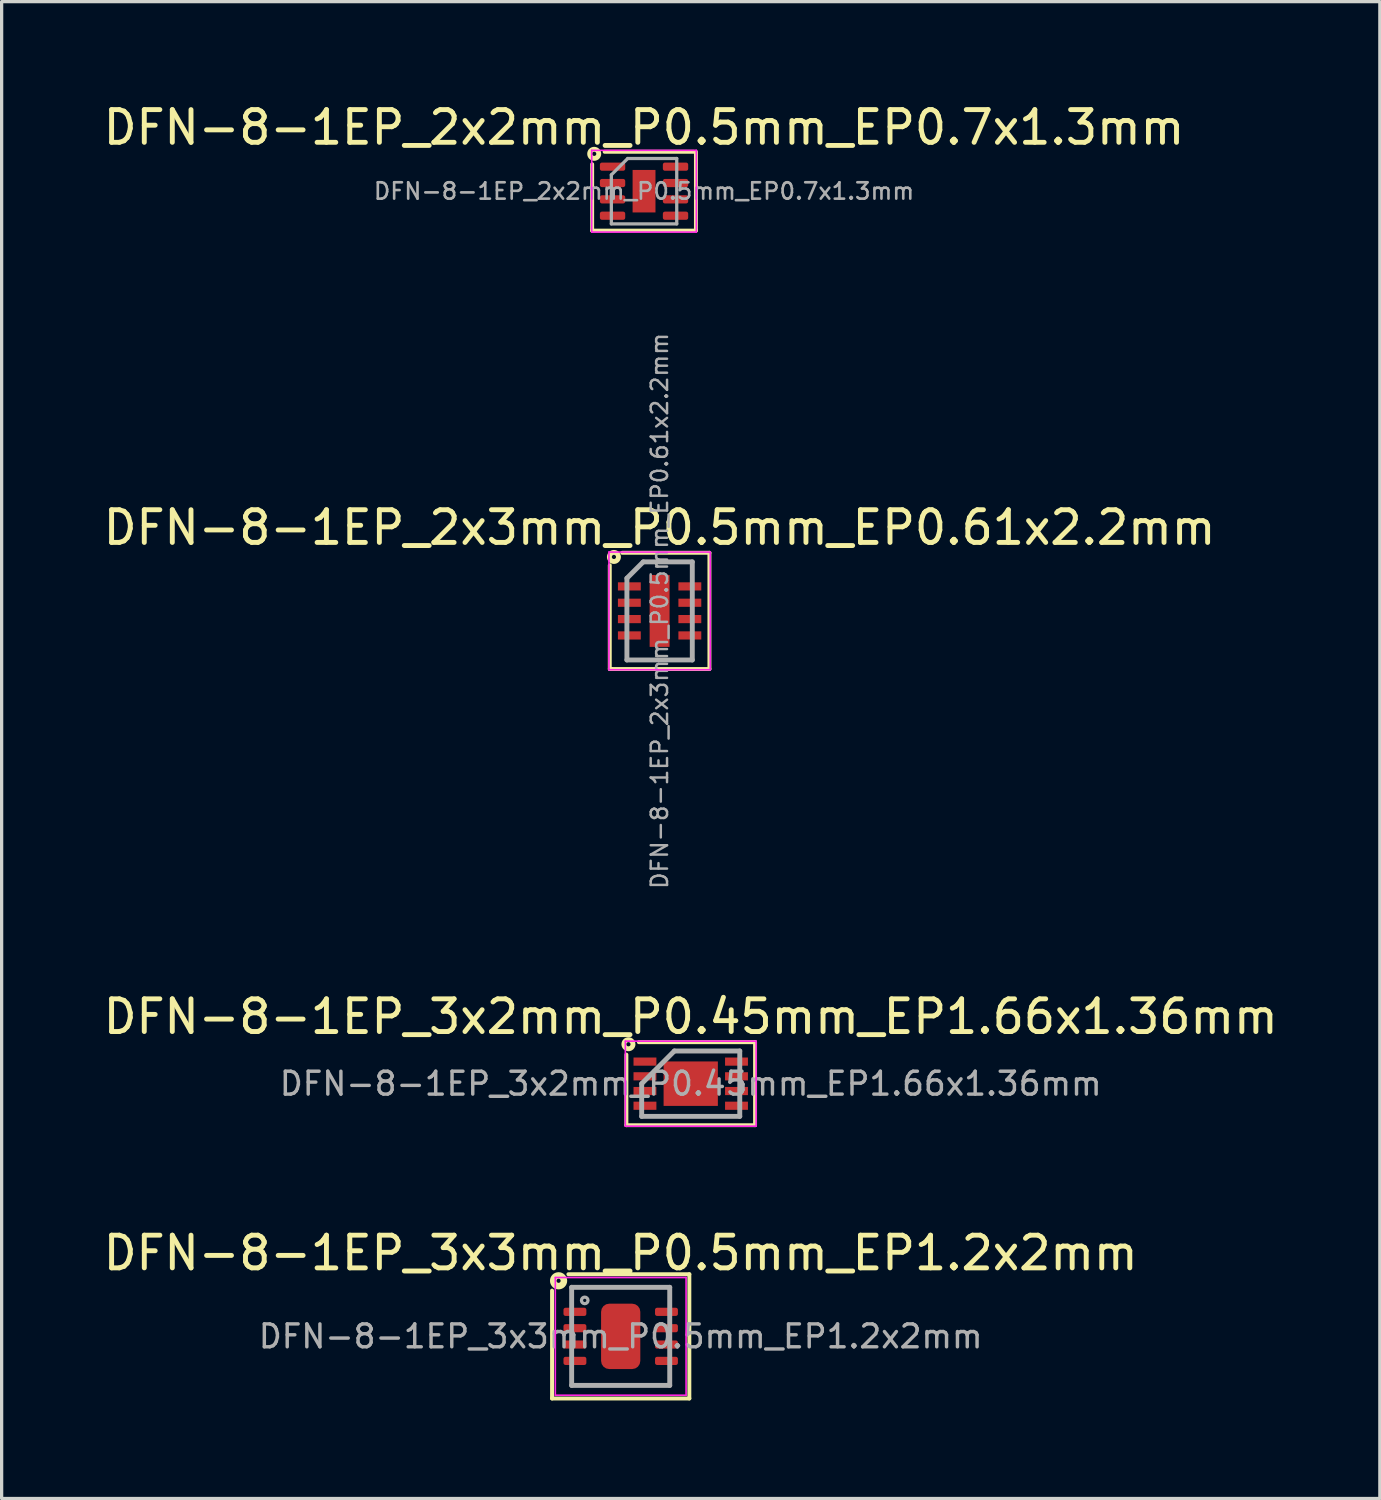
<source format=kicad_pcb>
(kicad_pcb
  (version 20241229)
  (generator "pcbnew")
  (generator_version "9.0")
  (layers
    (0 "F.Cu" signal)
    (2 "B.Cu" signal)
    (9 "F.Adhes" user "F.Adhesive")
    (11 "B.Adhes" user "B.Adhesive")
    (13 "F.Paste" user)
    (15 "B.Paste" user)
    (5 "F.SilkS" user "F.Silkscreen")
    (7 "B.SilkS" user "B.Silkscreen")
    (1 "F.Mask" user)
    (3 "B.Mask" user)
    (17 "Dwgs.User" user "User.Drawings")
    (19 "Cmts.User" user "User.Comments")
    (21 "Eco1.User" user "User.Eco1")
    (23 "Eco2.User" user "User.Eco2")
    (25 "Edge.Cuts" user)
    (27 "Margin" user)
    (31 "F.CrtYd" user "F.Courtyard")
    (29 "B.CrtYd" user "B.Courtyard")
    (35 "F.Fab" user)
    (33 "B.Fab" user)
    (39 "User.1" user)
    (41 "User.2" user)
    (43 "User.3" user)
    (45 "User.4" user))
  (footprint "DFN-8-1EP_3x3mm_P0.5mm_EP1.2x2mm"
    (layer "F.Cu")
    (at 15.935 37.825)
    (property "Reference" "DFN-8-1EP_3x3mm_P0.5mm_EP1.2x2mm" (at 0 -2.55 0) (layer "F.SilkS") (effects (font (size 1 1) (thickness 0.15))))
    (attr smd)
    (fp_line (start -2.1 1.9) (end -2.1 -1.4) (stroke (width 0.12) (type solid)) (layer "F.SilkS"))
    (fp_line (start -1.6 -1.9) (end 2.1 -1.9) (stroke (width 0.12) (type solid)) (layer "F.SilkS"))
    (fp_line (start 2.1 -1.9) (end 2.1 1.9) (stroke (width 0.12) (type solid)) (layer "F.SilkS"))
    (fp_line (start 2.1 1.9) (end -2.1 1.9) (stroke (width 0.12) (type solid)) (layer "F.SilkS"))
    (fp_circle (center -1.9 -1.7) (end -1.837 -1.7) (stroke (width 0.2) (type solid)) (fill no) (layer "F.SilkS"))
    (fp_line (start -2 -1.8) (end -2 1.8) (stroke (width 0.05) (type solid)) (layer "F.CrtYd"))
    (fp_line (start -2 -1.8) (end 2 -1.8) (stroke (width 0.05) (type solid)) (layer "F.CrtYd"))
    (fp_line (start -2 1.8) (end 2 1.8) (stroke (width 0.05) (type solid)) (layer "F.CrtYd"))
    (fp_line (start 2 -1.8) (end 2 1.8) (stroke (width 0.05) (type solid)) (layer "F.CrtYd"))
    (fp_line (start -1.5 -1.5) (end 1.5 -1.5) (stroke (width 0.15) (type solid)) (layer "F.Fab"))
    (fp_line (start -1.5 1.5) (end -1.5 -1.5) (stroke (width 0.15) (type solid)) (layer "F.Fab"))
    (fp_line (start 1.5 -1.5) (end 1.5 1.5) (stroke (width 0.15) (type solid)) (layer "F.Fab"))
    (fp_line (start 1.5 1.5) (end -1.5 1.5) (stroke (width 0.15) (type solid)) (layer "F.Fab"))
    (fp_circle (center -1.1 -1.1) (end -1 -1.1) (stroke (width 0.1) (type solid)) (fill no) (layer "F.Fab"))
    (fp_text user "${REFERENCE}" (at 0 0 0) (layer "F.Fab") (effects (font (size 0.7 0.7) (thickness 0.105))))
    (pad "" smd roundrect (at -0.35 -0.5) (size 0.45 0.8) (layers "F.Paste") (roundrect_rratio 0.25))
    (pad "" smd roundrect (at -0.35 0.5) (size 0.45 0.8) (layers "F.Paste") (roundrect_rratio 0.25))
    (pad "" smd roundrect (at 0.35 -0.5) (size 0.45 0.8) (layers "F.Paste") (roundrect_rratio 0.25))
    (pad "" smd roundrect (at 0.35 0.5) (size 0.45 0.8) (layers "F.Paste") (roundrect_rratio 0.25))
    (pad "1" smd roundrect (at -1.4 -0.75) (size 0.7 0.25) (layers "F.Cu" "F.Mask" "F.Paste") (roundrect_rratio 0.25))
    (pad "2" smd roundrect (at -1.4 -0.25) (size 0.7 0.25) (layers "F.Cu" "F.Mask" "F.Paste") (roundrect_rratio 0.25))
    (pad "3" smd roundrect (at -1.4 0.25) (size 0.7 0.25) (layers "F.Cu" "F.Mask" "F.Paste") (roundrect_rratio 0.25))
    (pad "4" smd roundrect (at -1.4 0.75) (size 0.7 0.25) (layers "F.Cu" "F.Mask" "F.Paste") (roundrect_rratio 0.25))
    (pad "5" smd roundrect (at 1.4 0.75) (size 0.7 0.25) (layers "F.Cu" "F.Mask" "F.Paste") (roundrect_rratio 0.25))
    (pad "6" smd roundrect (at 1.4 0.25) (size 0.7 0.25) (layers "F.Cu" "F.Mask" "F.Paste") (roundrect_rratio 0.25))
    (pad "7" smd roundrect (at 1.4 -0.25) (size 0.7 0.25) (layers "F.Cu" "F.Mask" "F.Paste") (roundrect_rratio 0.25))
    (pad "8" smd roundrect (at 1.4 -0.75) (size 0.7 0.25) (layers "F.Cu" "F.Mask" "F.Paste") (roundrect_rratio 0.25))
    (pad "9" smd roundrect (at 0 0) (size 1.2 2) (layers "F.Cu" "F.Mask") (roundrect_rratio 0.208)))
  (footprint "DFN-8-1EP_3x2mm_P0.45mm_EP1.66x1.36mm"
    (layer "F.Cu")
    (at 18.077 30.096)
    (property "Reference" "DFN-8-1EP_3x2mm_P0.45mm_EP1.66x1.36mm" (at 0 -2.05 0) (layer "F.SilkS") (effects (font (size 1 1) (thickness 0.15))))
    (attr smd)
    (fp_line (start -1.968 1.27) (end -1.968 -0.889) (stroke (width 0.12) (type solid)) (layer "F.SilkS"))
    (fp_line (start -1.587 -1.27) (end 1.968 -1.27) (stroke (width 0.12) (type solid)) (layer "F.SilkS"))
    (fp_line (start 1.968 -1.27) (end 1.968 1.27) (stroke (width 0.12) (type solid)) (layer "F.SilkS"))
    (fp_line (start 1.968 1.27) (end -1.968 1.27) (stroke (width 0.12) (type solid)) (layer "F.SilkS"))
    (fp_circle (center -1.905 -1.206) (end -1.841 -1.206) (stroke (width 0.15) (type solid)) (fill no) (layer "F.SilkS"))
    (fp_line (start -2 -1.3) (end -2 1.3) (stroke (width 0.05) (type solid)) (layer "F.CrtYd"))
    (fp_line (start -2 -1.3) (end 2 -1.3) (stroke (width 0.05) (type solid)) (layer "F.CrtYd"))
    (fp_line (start -2 1.3) (end 2 1.3) (stroke (width 0.05) (type solid)) (layer "F.CrtYd"))
    (fp_line (start 2 -1.3) (end 2 1.3) (stroke (width 0.05) (type solid)) (layer "F.CrtYd"))
    (fp_line (start -1.5 0) (end -0.5 -1) (stroke (width 0.15) (type solid)) (layer "F.Fab"))
    (fp_line (start -1.5 1) (end -1.5 0) (stroke (width 0.15) (type solid)) (layer "F.Fab"))
    (fp_line (start -0.5 -1) (end 1.5 -1) (stroke (width 0.15) (type solid)) (layer "F.Fab"))
    (fp_line (start 1.5 -1) (end 1.5 1) (stroke (width 0.15) (type solid)) (layer "F.Fab"))
    (fp_line (start 1.5 1) (end -1.5 1) (stroke (width 0.15) (type solid)) (layer "F.Fab"))
    (fp_text user "${REFERENCE}" (at 0 0 0) (layer "F.Fab") (effects (font (size 0.7 0.7) (thickness 0.105))))
    (pad "" smd rect (at -0.415 -0.34) (size 0.66 0.55) (layers "F.Paste"))
    (pad "" smd rect (at -0.415 0.34) (size 0.66 0.55) (layers "F.Paste"))
    (pad "" smd rect (at 0.415 -0.34) (size 0.66 0.55) (layers "F.Paste"))
    (pad "" smd rect (at 0.415 0.34) (size 0.66 0.55) (layers "F.Paste"))
    (pad "1" smd rect (at -1.4 -0.675) (size 0.7 0.25) (layers "F.Cu" "F.Mask" "F.Paste"))
    (pad "2" smd rect (at -1.4 -0.225) (size 0.7 0.25) (layers "F.Cu" "F.Mask" "F.Paste"))
    (pad "3" smd rect (at -1.4 0.225) (size 0.7 0.25) (layers "F.Cu" "F.Mask" "F.Paste"))
    (pad "4" smd rect (at -1.4 0.675) (size 0.7 0.25) (layers "F.Cu" "F.Mask" "F.Paste"))
    (pad "5" smd rect (at 1.4 0.675) (size 0.7 0.25) (layers "F.Cu" "F.Mask" "F.Paste"))
    (pad "6" smd rect (at 1.4 0.225) (size 0.7 0.25) (layers "F.Cu" "F.Mask" "F.Paste"))
    (pad "7" smd rect (at 1.4 -0.225) (size 0.7 0.25) (layers "F.Cu" "F.Mask" "F.Paste"))
    (pad "8" smd rect (at 1.4 -0.675) (size 0.7 0.25) (layers "F.Cu" "F.Mask" "F.Paste"))
    (pad "9" smd rect (at 0 0) (size 1.66 1.36) (layers "F.Cu" "F.Mask")))
  (footprint "DFN-8-1EP_2x2mm_P0.5mm_EP0.7x1.3mm"
    (layer "F.Cu")
    (at 16.649 2.798)
    (property "Reference" "DFN-8-1EP_2x2mm_P0.5mm_EP0.7x1.3mm" (at 0 -1.95 0) (layer "F.SilkS") (effects (font (size 1 1) (thickness 0.15))))
    (attr smd)
    (fp_line (start -1.587 1.206) (end -1.587 -0.826) (stroke (width 0.12) (type solid)) (layer "F.SilkS"))
    (fp_line (start -1.206 -1.206) (end 1.524 -1.206) (stroke (width 0.12) (type solid)) (layer "F.SilkS"))
    (fp_line (start 1.587 -1.206) (end 1.587 1.206) (stroke (width 0.12) (type solid)) (layer "F.SilkS"))
    (fp_line (start 1.587 1.206) (end -1.587 1.206) (stroke (width 0.12) (type solid)) (layer "F.SilkS"))
    (fp_circle (center -1.524 -1.143) (end -1.46 -1.143) (stroke (width 0.15) (type solid)) (fill no) (layer "F.SilkS"))
    (fp_line (start -1.6 -1.25) (end -1.6 1.25) (stroke (width 0.05) (type solid)) (layer "F.CrtYd"))
    (fp_line (start -1.6 1.25) (end 1.6 1.25) (stroke (width 0.05) (type solid)) (layer "F.CrtYd"))
    (fp_line (start 1.6 -1.25) (end -1.6 -1.25) (stroke (width 0.05) (type solid)) (layer "F.CrtYd"))
    (fp_line (start 1.6 1.25) (end 1.6 -1.25) (stroke (width 0.05) (type solid)) (layer "F.CrtYd"))
    (fp_line (start -1 -0.5) (end -0.5 -1) (stroke (width 0.1) (type solid)) (layer "F.Fab"))
    (fp_line (start -1 1) (end -1 -0.5) (stroke (width 0.1) (type solid)) (layer "F.Fab"))
    (fp_line (start -0.5 -1) (end 1 -1) (stroke (width 0.1) (type solid)) (layer "F.Fab"))
    (fp_line (start 1 -1) (end 1 1) (stroke (width 0.1) (type solid)) (layer "F.Fab"))
    (fp_line (start 1 1) (end -1 1) (stroke (width 0.1) (type solid)) (layer "F.Fab"))
    (fp_text user "${REFERENCE}" (at 0 0 0) (layer "F.Fab") (effects (font (size 0.5 0.5) (thickness 0.08))))
    (pad "" smd roundrect (at -0.175 -0.325) (size 0.28 0.52) (layers "F.Paste") (roundrect_rratio 0.25))
    (pad "" smd roundrect (at -0.175 0.325) (size 0.28 0.52) (layers "F.Paste") (roundrect_rratio 0.25))
    (pad "" smd roundrect (at 0.175 -0.325) (size 0.28 0.52) (layers "F.Paste") (roundrect_rratio 0.25))
    (pad "" smd roundrect (at 0.175 0.325) (size 0.28 0.52) (layers "F.Paste") (roundrect_rratio 0.25))
    (pad "1" smd roundrect (at -0.963 -0.75) (size 0.775 0.25) (layers "F.Cu" "F.Mask" "F.Paste") (roundrect_rratio 0.25))
    (pad "2" smd roundrect (at -0.963 -0.25) (size 0.775 0.25) (layers "F.Cu" "F.Mask" "F.Paste") (roundrect_rratio 0.25))
    (pad "3" smd roundrect (at -0.963 0.25) (size 0.775 0.25) (layers "F.Cu" "F.Mask" "F.Paste") (roundrect_rratio 0.25))
    (pad "4" smd roundrect (at -0.963 0.75) (size 0.775 0.25) (layers "F.Cu" "F.Mask" "F.Paste") (roundrect_rratio 0.25))
    (pad "5" smd roundrect (at 0.963 0.75) (size 0.775 0.25) (layers "F.Cu" "F.Mask" "F.Paste") (roundrect_rratio 0.25))
    (pad "6" smd roundrect (at 0.963 0.25) (size 0.775 0.25) (layers "F.Cu" "F.Mask" "F.Paste") (roundrect_rratio 0.25))
    (pad "7" smd roundrect (at 0.963 -0.25) (size 0.775 0.25) (layers "F.Cu" "F.Mask" "F.Paste") (roundrect_rratio 0.25))
    (pad "8" smd roundrect (at 0.963 -0.75) (size 0.775 0.25) (layers "F.Cu" "F.Mask" "F.Paste") (roundrect_rratio 0.25))
    (pad "9" smd rect (at 0 0) (size 0.7 1.3) (layers "F.Cu" "F.Mask")))
  (footprint "DFN-8-1EP_2x3mm_P0.5mm_EP0.61x2.2mm"
    (layer "F.Cu")
    (at 17.125 15.636)
    (property "Reference" "DFN-8-1EP_2x3mm_P0.5mm_EP0.61x2.2mm" (at 0 -2.55 0) (layer "F.SilkS") (effects (font (size 1 1) (thickness 0.15))))
    (attr smd)
    (fp_line (start -1.524 1.778) (end -1.524 -1.397) (stroke (width 0.12) (type solid)) (layer "F.SilkS"))
    (fp_line (start -1.46 1.778) (end -1.524 1.778) (stroke (width 0.12) (type solid)) (layer "F.SilkS"))
    (fp_line (start -1.143 -1.778) (end 1.524 -1.778) (stroke (width 0.12) (type solid)) (layer "F.SilkS"))
    (fp_line (start 1.524 -1.778) (end 1.524 1.778) (stroke (width 0.12) (type solid)) (layer "F.SilkS"))
    (fp_line (start 1.524 1.778) (end -1.46 1.778) (stroke (width 0.12) (type solid)) (layer "F.SilkS"))
    (fp_circle (center -1.397 -1.651) (end -1.333 -1.651) (stroke (width 0.15) (type solid)) (fill no) (layer "F.SilkS"))
    (fp_line (start -1.55 -1.8) (end -1.55 1.8) (stroke (width 0.05) (type solid)) (layer "F.CrtYd"))
    (fp_line (start -1.55 -1.8) (end 1.55 -1.8) (stroke (width 0.05) (type solid)) (layer "F.CrtYd"))
    (fp_line (start -1.55 1.8) (end 1.55 1.8) (stroke (width 0.05) (type solid)) (layer "F.CrtYd"))
    (fp_line (start 1.55 -1.8) (end 1.55 1.8) (stroke (width 0.05) (type solid)) (layer "F.CrtYd"))
    (fp_line (start -1 -1) (end -0.5 -1.5) (stroke (width 0.15) (type solid)) (layer "F.Fab"))
    (fp_line (start -1 1.5) (end -1 -1) (stroke (width 0.15) (type solid)) (layer "F.Fab"))
    (fp_line (start -0.5 -1.5) (end 1 -1.5) (stroke (width 0.15) (type solid)) (layer "F.Fab"))
    (fp_line (start 1 -1.5) (end 1 1.5) (stroke (width 0.15) (type solid)) (layer "F.Fab"))
    (fp_line (start 1 1.5) (end -1 1.5) (stroke (width 0.15) (type solid)) (layer "F.Fab"))
    (fp_text user "${REFERENCE}" (at 0 0 90) (layer "F.Fab") (effects (font (size 0.5 0.5) (thickness 0.075))))
    (pad "" smd rect (at 0 -0.734) (size 0.5 0.59) (layers "F.Paste"))
    (pad "" smd rect (at 0 0) (size 0.5 0.59) (layers "F.Paste"))
    (pad "" smd rect (at 0 0.734) (size 0.5 0.59) (layers "F.Paste"))
    (pad "1" smd rect (at -0.925 -0.75) (size 0.7 0.25) (layers "F.Cu" "F.Mask" "F.Paste"))
    (pad "2" smd rect (at -0.925 -0.25) (size 0.7 0.25) (layers "F.Cu" "F.Mask" "F.Paste"))
    (pad "3" smd rect (at -0.925 0.25) (size 0.7 0.25) (layers "F.Cu" "F.Mask" "F.Paste"))
    (pad "4" smd rect (at -0.925 0.75) (size 0.7 0.25) (layers "F.Cu" "F.Mask" "F.Paste"))
    (pad "5" smd rect (at 0.925 0.75) (size 0.7 0.25) (layers "F.Cu" "F.Mask" "F.Paste"))
    (pad "6" smd rect (at 0.925 0.25) (size 0.7 0.25) (layers "F.Cu" "F.Mask" "F.Paste"))
    (pad "7" smd rect (at 0.925 -0.25) (size 0.7 0.25) (layers "F.Cu" "F.Mask" "F.Paste"))
    (pad "8" smd rect (at 0.925 -0.75) (size 0.7 0.25) (layers "F.Cu" "F.Mask" "F.Paste"))
    (pad "9" smd rect (at 0 0) (size 0.61 2.2) (layers "F.Cu" "F.Mask")))
  (gr_rect
    (start -3 -3)
    (end 39.155 42.785)
    (stroke (width 0.1) (type default))
    (fill no)
    (layer "Edge.Cuts")))
</source>
